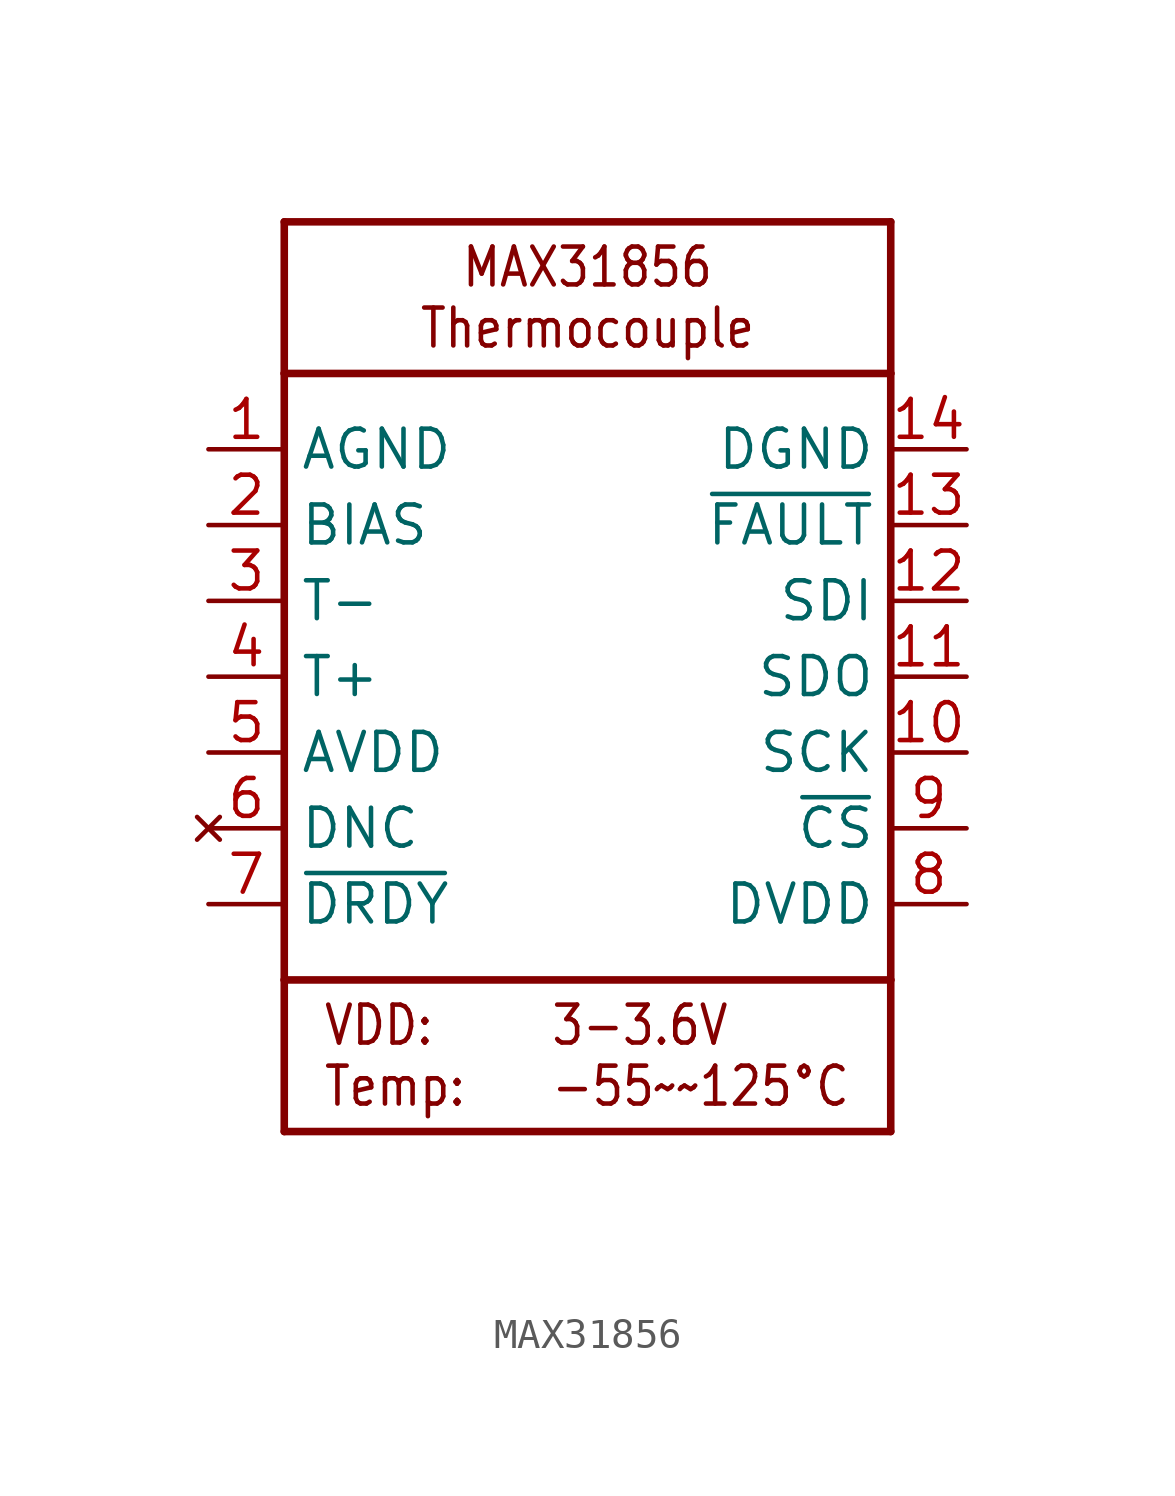
<source format=kicad_sym>
(kicad_symbol_lib
  (version 20231120)
  (generator "kicad_symbol_editor")
  (generator_version "8.0")
  (symbol "MAX31856"
    (property "Reference" ""
      (at -10.16 17.78 0)
      (effects (font (size 1.27 1.079)) (justify left bottom) (hide yes)))
    (property "Value" ""
      (at -10.16 -17.78 0)
      (effects (font (size 1.27 1.079)) (justify left bottom)))
    (property "ki_locked" ""
      (at 0 0 0)
      (effects (font (size 1.27 1.27))))
    (symbol "MAX31856_1_0"
      (polyline (pts (xy -10.16 -15.24) (xy 10.16 -15.24)) (stroke (width 0.254) (type solid)) (fill (type none)))
      (polyline (pts (xy -10.16 -10.16) (xy -10.16 -15.24)) (stroke (width 0.254) (type solid)) (fill (type none)))
      (polyline (pts (xy -10.16 -10.16) (xy -10.16 10.16)) (stroke (width 0.254) (type solid)) (fill (type none)))
      (polyline (pts (xy -10.16 10.16) (xy -10.16 15.24)) (stroke (width 0.254) (type solid)) (fill (type none)))
      (polyline (pts (xy -10.16 10.16) (xy 10.16 10.16)) (stroke (width 0.254) (type solid)) (fill (type none)))
      (polyline (pts (xy -10.16 15.24) (xy 10.16 15.24)) (stroke (width 0.254) (type solid)) (fill (type none)))
      (polyline (pts (xy 10.16 -15.24) (xy 10.16 -10.16)) (stroke (width 0.254) (type solid)) (fill (type none)))
      (polyline (pts (xy 10.16 -10.16) (xy -10.16 -10.16)) (stroke (width 0.254) (type solid)) (fill (type none)))
      (polyline (pts (xy 10.16 10.16) (xy 10.16 -10.16)) (stroke (width 0.254) (type solid)) (fill (type none)))
      (polyline (pts (xy 10.16 15.24) (xy 10.16 10.16)) (stroke (width 0.254) (type solid)) (fill (type none)))
      (text "3-3.6V\n-55~~125°C" (at -1.27 -12.7 0) (effects (font (size 1.27 1.079)) (justify left)))
      (text "MAX31856\nThermocouple" (at 0 12.7 0) (effects (font (size 1.27 1.079))))
      (text "VDD:\nTemp:" (at -8.89 -12.7 0) (effects (font (size 1.27 1.079)) (justify left)))
      (pin power_in line (at -12.7 7.62 0) (length 2.54) (name "AGND" (effects (font (size 1.27 1.27)))) (number "1" (effects (font (size 1.27 1.27)))))
      (pin input line (at 12.7 -2.54 180) (length 2.54) (name "SCK" (effects (font (size 1.27 1.27)))) (number "10" (effects (font (size 1.27 1.27)))))
      (pin output line (at 12.7 0 180) (length 2.54) (name "SDO" (effects (font (size 1.27 1.27)))) (number "11" (effects (font (size 1.27 1.27)))))
      (pin input line (at 12.7 2.54 180) (length 2.54) (name "SDI" (effects (font (size 1.27 1.27)))) (number "12" (effects (font (size 1.27 1.27)))))
      (pin output line (at 12.7 5.08 180) (length 2.54) (name "~{FAULT}" (effects (font (size 1.27 1.27)))) (number "13" (effects (font (size 1.27 1.27)))))
      (pin power_in line (at 12.7 7.62 180) (length 2.54) (name "DGND" (effects (font (size 1.27 1.27)))) (number "14" (effects (font (size 1.27 1.27)))))
      (pin power_in line (at -12.7 5.08 0) (length 2.54) (name "BIAS" (effects (font (size 1.27 1.27)))) (number "2" (effects (font (size 1.27 1.27)))))
      (pin input line (at -12.7 2.54 0) (length 2.54) (name "T-" (effects (font (size 1.27 1.27)))) (number "3" (effects (font (size 1.27 1.27)))))
      (pin input line (at -12.7 0 0) (length 2.54) (name "T+" (effects (font (size 1.27 1.27)))) (number "4" (effects (font (size 1.27 1.27)))))
      (pin power_in line (at -12.7 -2.54 0) (length 2.54) (name "AVDD" (effects (font (size 1.27 1.27)))) (number "5" (effects (font (size 1.27 1.27)))))
      (pin no_connect line (at -12.7 -5.08 0) (length 2.54) (name "DNC" (effects (font (size 1.27 1.27)))) (number "6" (effects (font (size 1.27 1.27)))))
      (pin output line (at -12.7 -7.62 0) (length 2.54) (name "~{DRDY}" (effects (font (size 1.27 1.27)))) (number "7" (effects (font (size 1.27 1.27)))))
      (pin power_in line (at 12.7 -7.62 180) (length 2.54) (name "DVDD" (effects (font (size 1.27 1.27)))) (number "8" (effects (font (size 1.27 1.27)))))
      (pin input line (at 12.7 -5.08 180) (length 2.54) (name "~{CS}" (effects (font (size 1.27 1.27)))) (number "9" (effects (font (size 1.27 1.27))))))))
</source>
